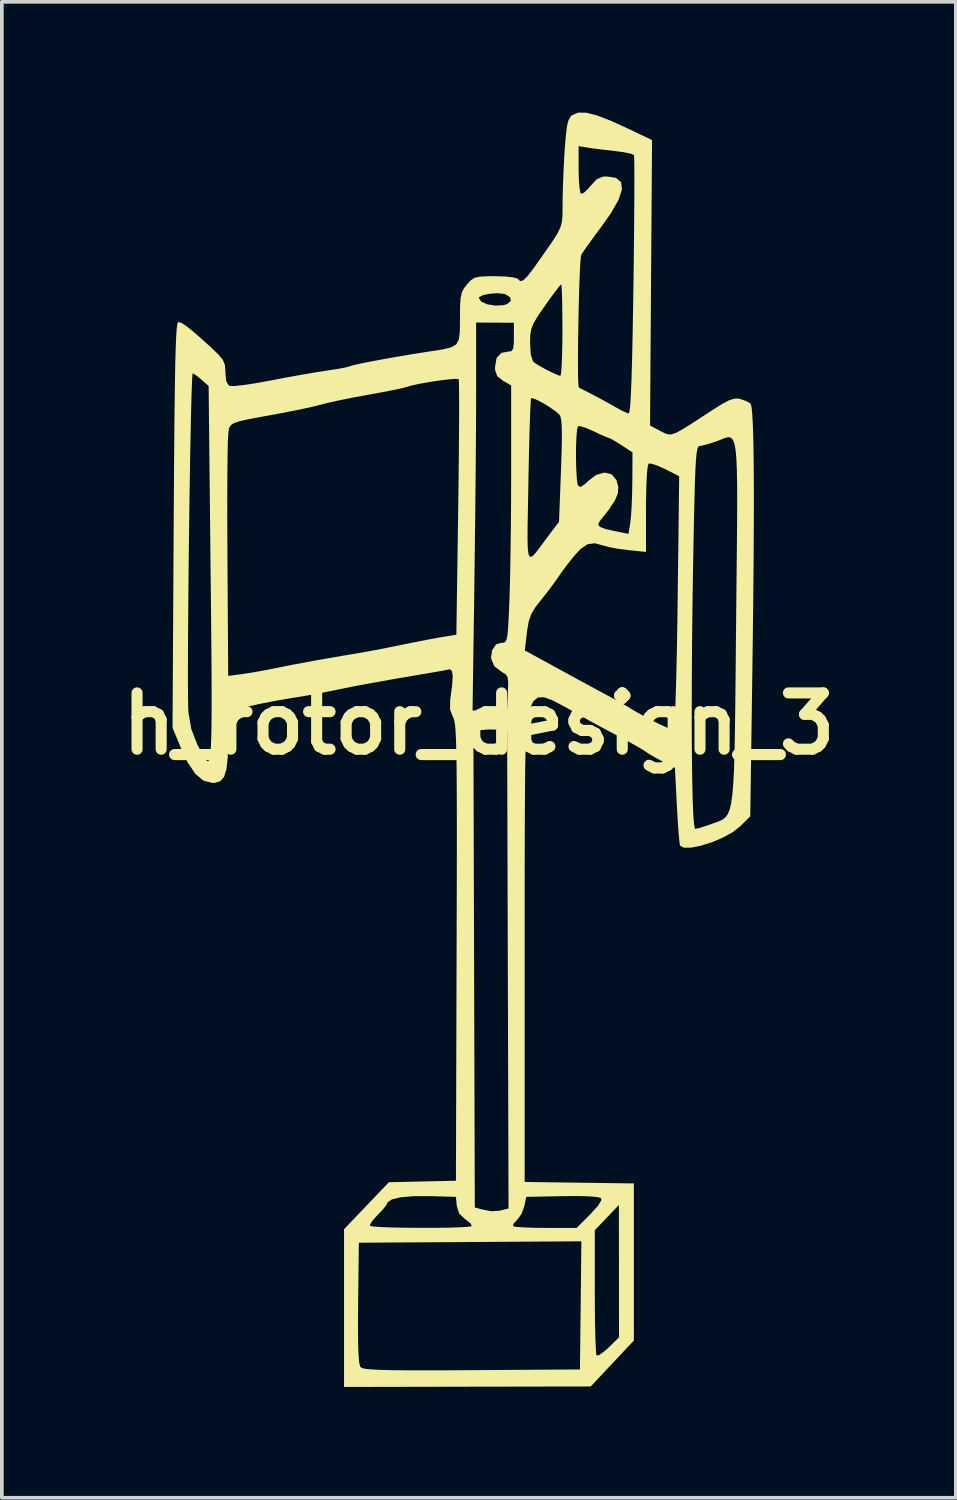
<source format=kicad_pcb>
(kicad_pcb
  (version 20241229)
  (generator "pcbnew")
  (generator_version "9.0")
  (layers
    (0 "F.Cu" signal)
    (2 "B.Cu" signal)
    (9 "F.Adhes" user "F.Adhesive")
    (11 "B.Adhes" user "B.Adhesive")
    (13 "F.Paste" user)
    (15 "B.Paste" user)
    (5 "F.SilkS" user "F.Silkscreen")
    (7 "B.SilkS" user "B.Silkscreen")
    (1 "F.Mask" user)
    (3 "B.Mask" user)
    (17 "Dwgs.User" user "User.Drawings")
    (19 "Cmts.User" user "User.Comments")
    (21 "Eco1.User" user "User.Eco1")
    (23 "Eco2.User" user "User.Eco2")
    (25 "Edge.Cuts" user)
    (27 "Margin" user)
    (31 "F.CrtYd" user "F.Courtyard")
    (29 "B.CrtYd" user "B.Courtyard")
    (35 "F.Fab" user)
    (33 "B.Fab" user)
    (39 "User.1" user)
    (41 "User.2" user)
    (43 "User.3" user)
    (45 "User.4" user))
  (footprint "h_rotor_design_3"
    (layer "F.Cu")
    (at 9.913 16.543)
    (property "Reference" "h_rotor_design_3" (at 0 0 0) (layer "F.SilkS") (effects (font (size 1.524 1.524) (thickness 0.3))))
    (attr board_only exclude_from_pos_files exclude_from_bom)
    (fp_poly (pts (xy 3.187 -16.472) (xy 3.568 -16.326) (xy 3.941 -16.157) (xy 4.689 -15.802) (xy 4.662 -11.938) (xy 4.635 -8.073) (xy 4.911 -7.927) (xy 5.022 -7.869) (xy 5.114 -7.835) (xy 5.208 -7.832) (xy 5.327 -7.87) (xy 5.493 -7.958) (xy 5.727 -8.103) (xy 6.05 -8.313) (xy 6.26 -8.451) (xy 6.556 -8.639) (xy 6.765 -8.752) (xy 6.915 -8.802) (xy 7.035 -8.803) (xy 7.063 -8.797) (xy 7.244 -8.733) (xy 7.353 -8.671) (xy 7.381 -8.584) (xy 7.403 -8.37) (xy 7.421 -8.029) (xy 7.434 -7.557) (xy 7.442 -6.953) (xy 7.446 -6.214) (xy 7.444 -5.34) (xy 7.438 -4.327) (xy 7.427 -3.173) (xy 7.411 -1.878) (xy 7.396 -0.803) (xy 7.348 2.506) (xy 7.077 2.776) (xy 6.874 2.935) (xy 6.606 3.083) (xy 6.307 3.209) (xy 6.009 3.303) (xy 5.743 3.355) (xy 5.544 3.355) (xy 5.448 3.301) (xy 5.432 3.211) (xy 5.412 3.004) (xy 5.39 2.706) (xy 5.368 2.347) (xy 5.361 2.219) (xy 5.309 1.194) (xy 4.972 1.021) (xy 4.755 0.904) (xy 4.581 0.8) (xy 4.525 0.761) (xy 4.414 0.689) (xy 4.209 0.571) (xy 3.946 0.426) (xy 3.811 0.355) (xy 3.519 0.2) (xy 3.254 0.059) (xy 3.059 -0.047) (xy 3.008 -0.075) (xy 2.846 -0.167) (xy 2.607 -0.302) (xy 2.341 -0.451) (xy 2.329 -0.458) (xy 1.999 -0.632) (xy 1.764 -0.717) (xy 1.599 -0.712) (xy 1.48 -0.614) (xy 1.385 -0.422) (xy 1.367 -0.373) (xy 1.345 -0.302) (xy 1.325 -0.214) (xy 1.308 -0.102) (xy 1.294 0.045) (xy 1.281 0.235) (xy 1.271 0.48) (xy 1.263 0.788) (xy 1.256 1.17) (xy 1.251 1.633) (xy 1.247 2.189) (xy 1.244 2.847) (xy 1.242 3.617) (xy 1.241 4.507) (xy 1.241 5.529) (xy 1.241 6.194) (xy 1.241 12.405) (xy 4.197 12.445) (xy 4.197 16.698) (xy 3.613 17.32) (xy 3.029 17.942) (xy -0.31 17.948) (xy -3.649 17.955) (xy -3.649 16.285) (xy -3.272 16.285) (xy -3.268 16.75) (xy -3.257 17.087) (xy -3.237 17.305) (xy -3.208 17.412) (xy -3.203 17.418) (xy -3.16 17.443) (xy -3.071 17.464) (xy -2.922 17.48) (xy -2.7 17.492) (xy -2.394 17.5) (xy -1.991 17.504) (xy -1.477 17.505) (xy -0.842 17.504) (xy -0.191 17.5) (xy 2.737 17.481) (xy 2.757 15.746) (xy 2.761 15.384) (xy 3.139 15.384) (xy 3.141 15.864) (xy 3.147 16.294) (xy 3.156 16.654) (xy 3.167 16.922) (xy 3.181 17.076) (xy 3.189 17.105) (xy 3.264 17.087) (xy 3.403 16.987) (xy 3.517 16.884) (xy 3.795 16.612) (xy 3.792 13.028) (xy 3.465 13.371) (xy 3.139 13.713) (xy 3.139 15.384) (xy 2.761 15.384) (xy 2.776 14.012) (xy -0.236 14.031) (xy -3.248 14.05) (xy -3.268 15.683) (xy -3.272 16.285) (xy -3.649 16.285) (xy -3.649 13.685) (xy -3.56 13.591) (xy -2.946 13.591) (xy -2.866 13.61) (xy -2.667 13.625) (xy -2.379 13.636) (xy -2.029 13.644) (xy -1.646 13.647) (xy -1.257 13.647) (xy -0.891 13.644) (xy -0.575 13.635) (xy -0.339 13.623) (xy -0.209 13.607) (xy -0.201 13.603) (xy 0.928 13.603) (xy 1.015 13.621) (xy 1.217 13.636) (xy 1.503 13.646) (xy 1.811 13.649) (xy 2.648 13.649) (xy 3.015 13.282) (xy 3.227 13.05) (xy 3.318 12.899) (xy 3.309 12.842) (xy 3.207 12.813) (xy 2.98 12.794) (xy 2.65 12.786) (xy 2.26 12.789) (xy 1.283 12.809) (xy 1.231 13.063) (xy 1.154 13.273) (xy 1.037 13.432) (xy 1.031 13.437) (xy 0.936 13.541) (xy 0.928 13.603) (xy -0.201 13.603) (xy -0.195 13.6) (xy -0.217 13.536) (xy -0.334 13.439) (xy -0.36 13.422) (xy -0.535 13.259) (xy -0.597 13.051) (xy -0.62 12.809) (xy -1.347 12.788) (xy -1.775 12.79) (xy -2.117 12.821) (xy -2.355 12.878) (xy -2.472 12.957) (xy -2.482 12.991) (xy -2.53 13.069) (xy -2.651 13.207) (xy -2.732 13.289) (xy -2.871 13.443) (xy -2.944 13.558) (xy -2.946 13.591) (xy -3.56 13.591) (xy -2.436 12.413) (xy -1.528 12.392) (xy -0.62 12.372) (xy -0.602 6.184) (xy -0.599 5.082) (xy -0.596 4.118) (xy -0.595 3.281) (xy -0.595 2.561) (xy -0.597 1.951) (xy -0.6 1.441) (xy -0.604 1.02) (xy -0.611 0.681) (xy -0.619 0.413) (xy -0.629 0.222) (xy -0.147 0.222) (xy -0.128 6.658) (xy -0.109 13.095) (xy 0.073 13.146) (xy 0.335 13.198) (xy 0.556 13.184) (xy 0.639 13.165) (xy 0.804 13.121) (xy 0.785 6.652) (xy 0.766 0.182) (xy 0.481 0.159) (xy 0.247 0.155) (xy 0.046 0.174) (xy 0.025 0.179) (xy -0.147 0.222) (xy -0.629 0.222) (xy -0.629 0.208) (xy -0.642 0.056) (xy -0.657 -0.052) (xy -0.674 -0.125) (xy -0.694 -0.173) (xy -0.701 -0.183) (xy -0.769 -0.357) (xy -0.17 -0.357) (xy 0.298 -0.379) (xy 0.766 -0.401) (xy 0.788 -0.858) (xy 0.795 -1.11) (xy 0.779 -1.258) (xy 0.727 -1.34) (xy 0.632 -1.395) (xy 0.419 -1.556) (xy 0.329 -1.775) (xy 0.358 -1.984) (xy 1.245 -1.984) (xy 2.283 -1.417) (xy 2.656 -1.213) (xy 3.004 -1.024) (xy 3.297 -0.866) (xy 3.507 -0.753) (xy 3.576 -0.716) (xy 3.771 -0.611) (xy 3.923 -0.525) (xy 3.941 -0.513) (xy 4.257 -0.324) (xy 4.571 -0.15) (xy 4.857 -0.004) (xy 5.088 0.102) (xy 5.238 0.153) (xy 5.279 0.151) (xy 5.292 0.068) (xy 5.306 -0.147) (xy 5.317 -0.392) (xy 5.764 -0.392) (xy 5.765 0.366) (xy 5.77 1.043) (xy 5.779 1.627) (xy 5.791 2.109) (xy 5.807 2.478) (xy 5.827 2.725) (xy 5.85 2.84) (xy 5.857 2.846) (xy 5.974 2.822) (xy 6.172 2.759) (xy 6.302 2.712) (xy 6.419 2.67) (xy 6.52 2.633) (xy 6.606 2.59) (xy 6.679 2.531) (xy 6.74 2.446) (xy 6.79 2.324) (xy 6.83 2.156) (xy 6.862 1.93) (xy 6.887 1.637) (xy 6.907 1.266) (xy 6.921 0.806) (xy 6.932 0.249) (xy 6.942 -0.417) (xy 6.95 -1.203) (xy 6.959 -2.117) (xy 6.965 -2.756) (xy 6.975 -3.747) (xy 6.984 -4.6) (xy 6.991 -5.328) (xy 6.994 -5.938) (xy 6.993 -6.44) (xy 6.986 -6.845) (xy 6.973 -7.161) (xy 6.952 -7.399) (xy 6.923 -7.568) (xy 6.883 -7.677) (xy 6.833 -7.737) (xy 6.771 -7.757) (xy 6.695 -7.746) (xy 6.606 -7.714) (xy 6.501 -7.671) (xy 6.419 -7.64) (xy 6.197 -7.568) (xy 6.022 -7.524) (xy 5.969 -7.518) (xy 5.939 -7.499) (xy 5.915 -7.435) (xy 5.894 -7.311) (xy 5.876 -7.114) (xy 5.861 -6.83) (xy 5.847 -6.445) (xy 5.834 -5.948) (xy 5.82 -5.322) (xy 5.815 -5.054) (xy 5.796 -4.039) (xy 5.782 -3.055) (xy 5.772 -2.113) (xy 5.766 -1.221) (xy 5.764 -0.392) (xy 5.317 -0.392) (xy 5.321 -0.478) (xy 5.335 -0.911) (xy 5.349 -1.432) (xy 5.362 -2.025) (xy 5.373 -2.676) (xy 5.382 -3.305) (xy 5.424 -6.701) (xy 5.045 -6.893) (xy 4.829 -6.99) (xy 4.663 -7.042) (xy 4.596 -7.042) (xy 4.57 -6.956) (xy 4.55 -6.746) (xy 4.535 -6.435) (xy 4.526 -6.045) (xy 4.525 -5.825) (xy 4.525 -4.651) (xy 4.05 -4.7) (xy 3.77 -4.736) (xy 3.524 -4.782) (xy 3.388 -4.819) (xy 3.14 -4.886) (xy 2.94 -4.859) (xy 2.748 -4.725) (xy 2.582 -4.544) (xy 2.4 -4.316) (xy 2.237 -4.096) (xy 2.157 -3.98) (xy 2.038 -3.809) (xy 1.865 -3.579) (xy 1.704 -3.376) (xy 1.53 -3.153) (xy 1.42 -2.971) (xy 1.353 -2.778) (xy 1.308 -2.522) (xy 1.284 -2.324) (xy 1.245 -1.984) (xy 0.358 -1.984) (xy 0.359 -1.992) (xy 0.469 -2.151) (xy 0.607 -2.19) (xy 0.672 -2.193) (xy 0.72 -2.219) (xy 0.753 -2.287) (xy 0.777 -2.418) (xy 0.795 -2.636) (xy 0.812 -2.959) (xy 0.828 -3.339) (xy 0.84 -3.713) (xy 0.851 -4.202) (xy 0.86 -4.775) (xy 0.863 -5.023) (xy 1.318 -5.023) (xy 1.325 -4.754) (xy 1.346 -4.589) (xy 1.384 -4.517) (xy 1.443 -4.529) (xy 1.527 -4.613) (xy 1.64 -4.759) (xy 1.785 -4.956) (xy 1.87 -5.07) (xy 2.171 -5.467) (xy 2.224 -6.859) (xy 2.236 -7.215) (xy 2.63 -7.215) (xy 2.636 -6.92) (xy 2.65 -6.667) (xy 2.671 -6.492) (xy 2.688 -6.441) (xy 2.757 -6.411) (xy 2.876 -6.49) (xy 2.956 -6.569) (xy 3.178 -6.737) (xy 3.402 -6.799) (xy 3.595 -6.754) (xy 3.723 -6.602) (xy 3.728 -6.59) (xy 3.776 -6.41) (xy 3.764 -6.236) (xy 3.683 -6.041) (xy 3.521 -5.796) (xy 3.276 -5.488) (xy 3.23 -5.398) (xy 3.277 -5.33) (xy 3.435 -5.27) (xy 3.673 -5.216) (xy 4.051 -5.141) (xy 4.1 -5.435) (xy 4.121 -5.632) (xy 4.139 -5.929) (xy 4.151 -6.281) (xy 4.155 -6.538) (xy 4.16 -7.346) (xy 3.862 -7.541) (xy 3.679 -7.656) (xy 3.548 -7.727) (xy 3.515 -7.739) (xy 3.428 -7.77) (xy 3.254 -7.847) (xy 3.107 -7.918) (xy 2.898 -8.009) (xy 2.741 -8.057) (xy 2.687 -8.057) (xy 2.661 -7.972) (xy 2.643 -7.778) (xy 2.632 -7.513) (xy 2.63 -7.215) (xy 2.236 -7.215) (xy 2.242 -7.374) (xy 2.249 -7.761) (xy 2.245 -8.037) (xy 2.231 -8.221) (xy 2.205 -8.329) (xy 2.185 -8.363) (xy 2.071 -8.464) (xy 1.897 -8.584) (xy 1.704 -8.7) (xy 1.534 -8.785) (xy 1.429 -8.817) (xy 1.416 -8.812) (xy 1.406 -8.733) (xy 1.394 -8.525) (xy 1.382 -8.208) (xy 1.369 -7.8) (xy 1.357 -7.318) (xy 1.346 -6.78) (xy 1.342 -6.559) (xy 1.331 -5.915) (xy 1.321 -5.406) (xy 1.318 -5.023) (xy 0.863 -5.023) (xy 0.868 -5.403) (xy 0.873 -6.054) (xy 0.875 -6.698) (xy 0.875 -6.824) (xy 0.875 -9.16) (xy 0.656 -9.284) (xy 0.497 -9.41) (xy 0.441 -9.576) (xy 0.438 -9.653) (xy 0.481 -9.904) (xy 0.614 -10.041) (xy 0.781 -10.072) (xy 0.878 -10.085) (xy 0.928 -10.148) (xy 0.947 -10.297) (xy 0.947 -10.307) (xy 1.387 -10.307) (xy 1.406 -9.998) (xy 1.464 -9.816) (xy 1.489 -9.787) (xy 1.614 -9.703) (xy 1.803 -9.598) (xy 2.001 -9.499) (xy 2.157 -9.432) (xy 2.208 -9.418) (xy 2.226 -9.486) (xy 2.237 -9.624) (xy 2.684 -9.624) (xy 2.688 -9.342) (xy 2.696 -9.16) (xy 2.707 -9.103) (xy 2.784 -9.062) (xy 2.948 -8.978) (xy 3.066 -8.918) (xy 3.336 -8.775) (xy 3.612 -8.622) (xy 3.686 -8.578) (xy 3.877 -8.473) (xy 4.022 -8.409) (xy 4.057 -8.4) (xy 4.078 -8.454) (xy 4.098 -8.623) (xy 4.116 -8.913) (xy 4.133 -9.326) (xy 4.149 -9.87) (xy 4.164 -10.547) (xy 4.178 -11.362) (xy 4.186 -11.866) (xy 4.195 -12.565) (xy 4.202 -13.219) (xy 4.207 -13.814) (xy 4.21 -14.335) (xy 4.211 -14.769) (xy 4.21 -15.1) (xy 4.206 -15.314) (xy 4.2 -15.396) (xy 4.114 -15.433) (xy 3.925 -15.472) (xy 3.706 -15.501) (xy 3.409 -15.535) (xy 3.126 -15.57) (xy 2.974 -15.592) (xy 2.701 -15.636) (xy 2.701 -15.011) (xy 2.708 -14.724) (xy 2.727 -14.496) (xy 2.754 -14.364) (xy 2.765 -14.347) (xy 2.844 -14.375) (xy 2.967 -14.492) (xy 3.025 -14.562) (xy 3.188 -14.737) (xy 3.352 -14.809) (xy 3.456 -14.817) (xy 3.712 -14.778) (xy 3.851 -14.662) (xy 3.875 -14.465) (xy 3.784 -14.185) (xy 3.576 -13.821) (xy 3.352 -13.503) (xy 3.143 -13.22) (xy 2.963 -12.972) (xy 2.833 -12.788) (xy 2.773 -12.696) (xy 2.758 -12.601) (xy 2.742 -12.387) (xy 2.728 -12.079) (xy 2.715 -11.702) (xy 2.704 -11.279) (xy 2.695 -10.836) (xy 2.688 -10.396) (xy 2.684 -9.984) (xy 2.684 -9.624) (xy 2.237 -9.624) (xy 2.241 -9.677) (xy 2.253 -9.966) (xy 2.261 -10.33) (xy 2.263 -10.656) (xy 2.261 -11.064) (xy 2.256 -11.415) (xy 2.249 -11.686) (xy 2.239 -11.853) (xy 2.231 -11.897) (xy 2.178 -11.841) (xy 2.062 -11.692) (xy 1.902 -11.474) (xy 1.793 -11.32) (xy 1.603 -11.045) (xy 1.484 -10.847) (xy 1.419 -10.684) (xy 1.392 -10.517) (xy 1.387 -10.307) (xy 0.947 -10.307) (xy 0.949 -10.464) (xy 0.949 -10.855) (xy 0.438 -10.858) (xy -0.073 -10.861) (xy -0.073 -9.019) (xy -0.074 -8.543) (xy -0.077 -7.947) (xy -0.082 -7.258) (xy -0.089 -6.504) (xy -0.097 -5.71) (xy -0.107 -4.904) (xy -0.117 -4.112) (xy -0.121 -3.767) (xy -0.17 -0.357) (xy -0.769 -0.357) (xy -0.779 -0.382) (xy -0.776 -0.644) (xy -0.771 -0.674) (xy -0.722 -1.049) (xy -0.707 -1.297) (xy -0.729 -1.433) (xy -0.787 -1.473) (xy -0.803 -1.471) (xy -0.924 -1.447) (xy -1.145 -1.407) (xy -1.425 -1.359) (xy -1.496 -1.347) (xy -2.259 -1.217) (xy -2.893 -1.104) (xy -3.411 -1.007) (xy -3.83 -0.922) (xy -3.905 -0.906) (xy -4.229 -0.841) (xy -4.622 -0.769) (xy -5.008 -0.704) (xy -5.073 -0.694) (xy -5.453 -0.63) (xy -5.858 -0.552) (xy -6.209 -0.476) (xy -6.259 -0.464) (xy -6.788 -0.336) (xy -6.788 0.473) (xy -6.798 0.915) (xy -6.832 1.231) (xy -6.897 1.439) (xy -7 1.556) (xy -7.148 1.601) (xy -7.212 1.603) (xy -7.455 1.54) (xy -7.679 1.352) (xy -7.891 1.032) (xy -8.051 0.691) (xy -8.292 0.109) (xy -8.283 -1.502) (xy -7.875 -1.502) (xy -7.875 -1.041) (xy -7.872 -0.674) (xy -7.867 -0.415) (xy -7.861 -0.301) (xy -7.785 0.14) (xy -7.618 0.573) (xy -7.419 0.931) (xy -7.378 0.99) (xy -7.343 1.018) (xy -7.314 1.006) (xy -7.289 0.946) (xy -7.27 0.828) (xy -7.255 0.644) (xy -7.244 0.384) (xy -7.237 0.039) (xy -7.234 -0.4) (xy -7.234 -0.942) (xy -7.237 -1.595) (xy -7.244 -2.369) (xy -7.252 -3.274) (xy -7.261 -4.061) (xy -7.28 -5.909) (xy -6.81 -5.909) (xy -6.809 -5.293) (xy -6.806 -4.636) (xy -6.805 -4.352) (xy -6.785 -1.295) (xy -6.403 -1.345) (xy -6.124 -1.388) (xy -5.784 -1.449) (xy -5.511 -1.503) (xy -5.017 -1.602) (xy -4.404 -1.716) (xy -3.695 -1.839) (xy -3.321 -1.901) (xy -3.016 -1.955) (xy -2.651 -2.023) (xy -2.336 -2.086) (xy -1.808 -2.193) (xy -1.397 -2.274) (xy -1.074 -2.334) (xy -0.869 -2.368) (xy -0.608 -2.411) (xy -0.558 -5.851) (xy -0.549 -6.546) (xy -0.542 -7.195) (xy -0.537 -7.784) (xy -0.534 -8.3) (xy -0.534 -8.726) (xy -0.536 -9.05) (xy -0.54 -9.256) (xy -0.547 -9.33) (xy -0.632 -9.337) (xy -0.822 -9.322) (xy -1.076 -9.291) (xy -1.355 -9.248) (xy -1.62 -9.201) (xy -1.831 -9.154) (xy -1.923 -9.126) (xy -2.053 -9.091) (xy -2.294 -9.038) (xy -2.611 -8.976) (xy -2.972 -8.91) (xy -2.993 -8.906) (xy -3.376 -8.836) (xy -3.739 -8.763) (xy -4.04 -8.698) (xy -4.233 -8.649) (xy -4.438 -8.597) (xy -4.743 -8.529) (xy -5.105 -8.455) (xy -5.438 -8.391) (xy -5.901 -8.307) (xy -6.241 -8.243) (xy -6.477 -8.19) (xy -6.629 -8.139) (xy -6.716 -8.081) (xy -6.759 -8.007) (xy -6.776 -7.907) (xy -6.787 -7.774) (xy -6.788 -7.769) (xy -6.795 -7.619) (xy -6.801 -7.34) (xy -6.806 -6.951) (xy -6.809 -6.468) (xy -6.81 -5.909) (xy -7.28 -5.909) (xy -7.315 -9.144) (xy -7.508 -9.314) (xy -7.648 -9.428) (xy -7.74 -9.485) (xy -7.746 -9.486) (xy -7.756 -9.416) (xy -7.767 -9.215) (xy -7.778 -8.898) (xy -7.789 -8.48) (xy -7.8 -7.976) (xy -7.812 -7.401) (xy -7.822 -6.77) (xy -7.833 -6.098) (xy -7.842 -5.4) (xy -7.851 -4.69) (xy -7.859 -3.985) (xy -7.865 -3.298) (xy -7.87 -2.646) (xy -7.874 -2.042) (xy -7.875 -1.502) (xy -8.283 -1.502) (xy -8.261 -5.383) (xy -8.254 -6.442) (xy -8.248 -7.363) (xy -8.241 -8.155) (xy -8.233 -8.827) (xy -8.225 -9.386) (xy -8.216 -9.842) (xy -8.205 -10.203) (xy -8.194 -10.477) (xy -8.181 -10.672) (xy -8.166 -10.798) (xy -8.149 -10.862) (xy -8.135 -10.875) (xy -8.056 -10.854) (xy -7.937 -10.78) (xy -7.762 -10.642) (xy -7.512 -10.425) (xy -7.252 -10.19) (xy -7.047 -9.994) (xy -6.929 -9.85) (xy -6.875 -9.716) (xy -6.861 -9.55) (xy -6.861 -9.512) (xy -6.841 -9.282) (xy -6.774 -9.165) (xy -6.74 -9.146) (xy -6.627 -9.142) (xy -6.401 -9.165) (xy -6.092 -9.21) (xy -5.73 -9.274) (xy -5.627 -9.294) (xy -5.205 -9.375) (xy -4.78 -9.451) (xy -4.399 -9.516) (xy -4.11 -9.561) (xy -4.097 -9.563) (xy -3.827 -9.604) (xy -3.614 -9.644) (xy -3.498 -9.675) (xy -3.493 -9.677) (xy -3.395 -9.707) (xy -3.18 -9.755) (xy -2.877 -9.815) (xy -2.514 -9.882) (xy -2.118 -9.952) (xy -1.717 -10.018) (xy -1.35 -10.076) (xy -0.992 -10.131) (xy -0.754 -10.187) (xy -0.611 -10.27) (xy -0.539 -10.407) (xy -0.514 -10.624) (xy -0.511 -10.946) (xy -0.511 -10.978) (xy -0.508 -11.307) (xy -0.493 -11.528) (xy 0 -11.528) (xy 0.065 -11.428) (xy 0.228 -11.355) (xy 0.443 -11.319) (xy 0.663 -11.331) (xy 0.76 -11.358) (xy 0.866 -11.445) (xy 0.846 -11.548) (xy 0.711 -11.63) (xy 0.689 -11.636) (xy 0.51 -11.655) (xy 0.303 -11.642) (xy 0.12 -11.605) (xy 0.011 -11.552) (xy 0 -11.528) (xy -0.493 -11.528) (xy -0.493 -11.528) (xy -0.459 -11.678) (xy -0.397 -11.795) (xy -0.322 -11.892) (xy -0.219 -12.004) (xy -0.117 -12.071) (xy 0.024 -12.104) (xy 0.244 -12.115) (xy 0.44 -12.116) (xy 0.716 -12.107) (xy 0.932 -12.084) (xy 1.049 -12.051) (xy 1.058 -12.043) (xy 1.119 -11.983) (xy 1.197 -12) (xy 1.309 -12.106) (xy 1.472 -12.316) (xy 1.576 -12.463) (xy 1.828 -12.82) (xy 2.009 -13.083) (xy 2.132 -13.28) (xy 2.208 -13.437) (xy 2.248 -13.584) (xy 2.264 -13.746) (xy 2.267 -13.952) (xy 2.267 -14.115) (xy 2.275 -14.492) (xy 2.292 -14.941) (xy 2.315 -15.388) (xy 2.327 -15.574) (xy 2.357 -15.94) (xy 2.388 -16.187) (xy 2.429 -16.343) (xy 2.484 -16.438) (xy 2.523 -16.474) (xy 2.681 -16.542) (xy 2.897 -16.543)) (stroke (width 0) (type solid)) (fill yes) (layer "F.SilkS")))
  (gr_rect
    (start -3 -3)
    (end 22.827 37.498)
    (stroke (width 0.1) (type default))
    (fill no)
    (layer "Edge.Cuts")))
</source>
